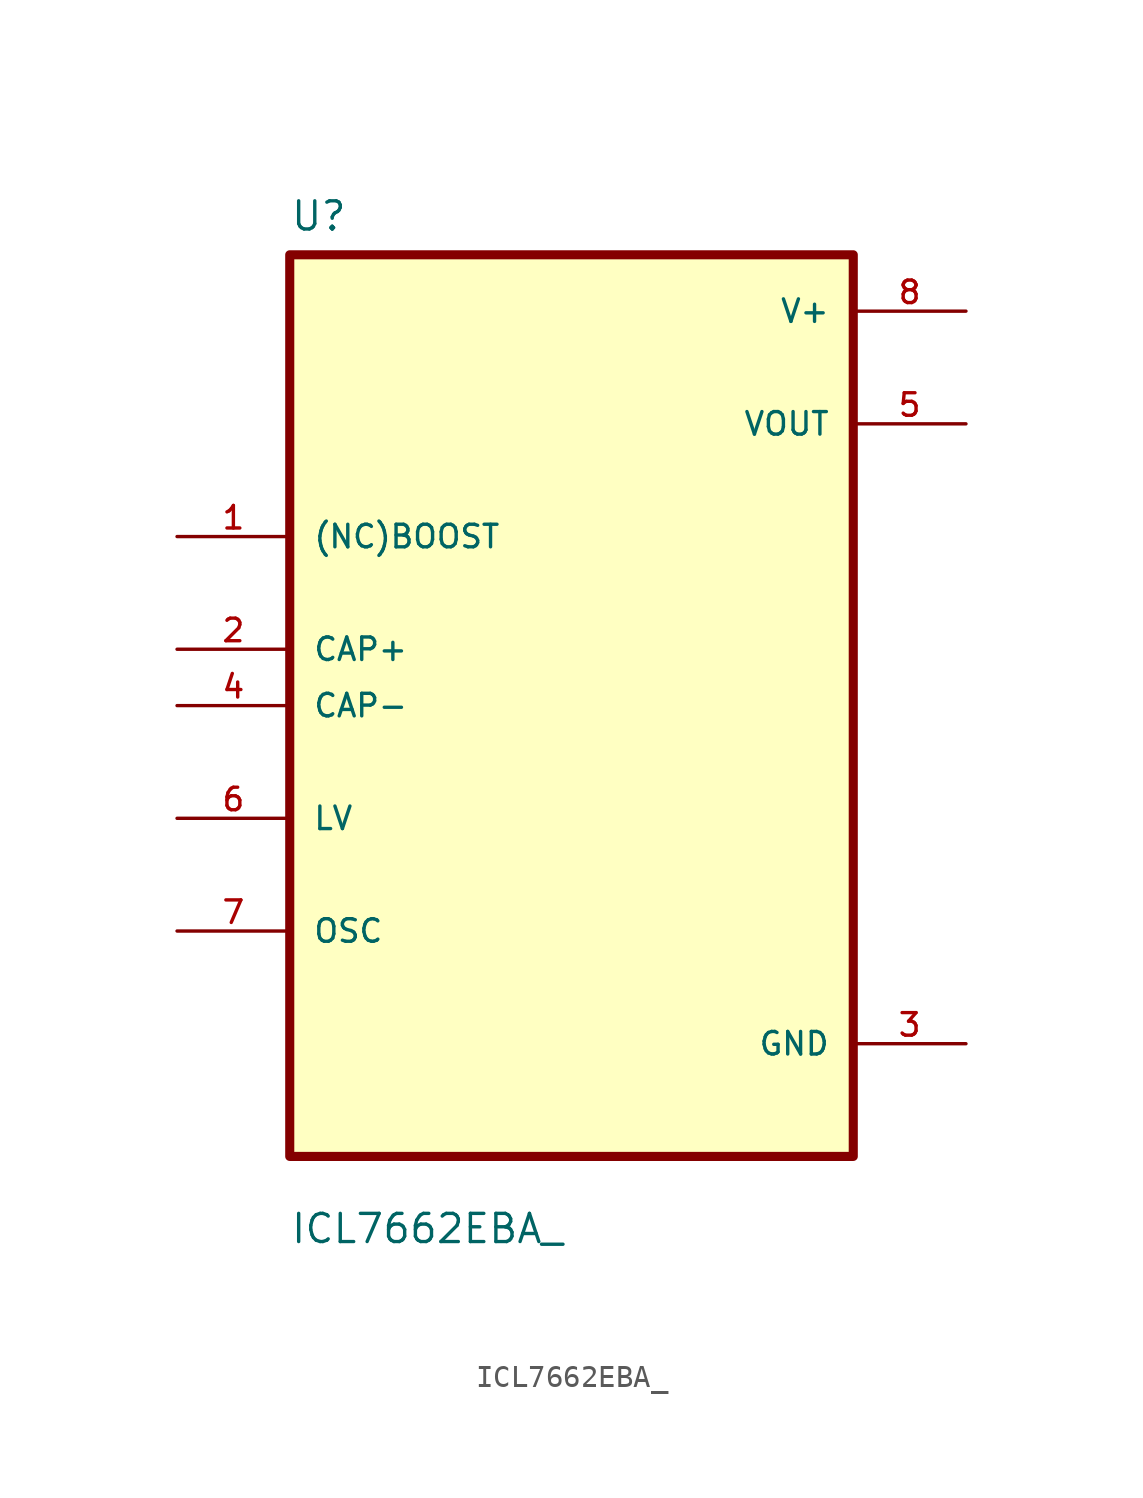
<source format=kicad_sym>
(kicad_symbol_lib
  (version 20211014)
  (generator kicad_symbol_editor)
  (symbol "ICL7662EBA_"
    (pin_names
      (offset 1.016))
    (property "Reference" "U"
      (at -12.7 21.32 0.0)
      (effects (font (size 1.27 1.27)) (justify bottom left)))
    (property "Value" "ICL7662EBA_"
      (at -12.7 -24.32 0.0)
      (effects (font (size 1.27 1.27)) (justify bottom left)))
    (symbol "ICL7662EBA__0_0"
      (rectangle (start -12.7 -20.32) (end 12.7 20.32) (stroke (width 0.41)) (fill (type background)))
      (pin bidirectional line (at -17.78 7.62 0) (length 5.08) (name "(NC)BOOST" (effects (font (size 1.016 1.016)))) (number "1" (effects (font (size 1.016 1.016)))))
      (pin bidirectional line (at -17.78 2.54 0) (length 5.08) (name "CAP+" (effects (font (size 1.016 1.016)))) (number "2" (effects (font (size 1.016 1.016)))))
      (pin bidirectional line (at -17.78 0.0 0) (length 5.08) (name "CAP-" (effects (font (size 1.016 1.016)))) (number "4" (effects (font (size 1.016 1.016)))))
      (pin bidirectional line (at -17.78 -5.08 0) (length 5.08) (name "LV" (effects (font (size 1.016 1.016)))) (number "6" (effects (font (size 1.016 1.016)))))
      (pin bidirectional line (at -17.78 -10.16 0) (length 5.08) (name "OSC" (effects (font (size 1.016 1.016)))) (number "7" (effects (font (size 1.016 1.016)))))
      (pin power_in line (at 17.78 17.78 180.0) (length 5.08) (name "V+" (effects (font (size 1.016 1.016)))) (number "8" (effects (font (size 1.016 1.016)))))
      (pin output line (at 17.78 12.7 180.0) (length 5.08) (name "VOUT" (effects (font (size 1.016 1.016)))) (number "5" (effects (font (size 1.016 1.016)))))
      (pin power_in line (at 17.78 -15.24 180.0) (length 5.08) (name "GND" (effects (font (size 1.016 1.016)))) (number "3" (effects (font (size 1.016 1.016))))))))
</source>
